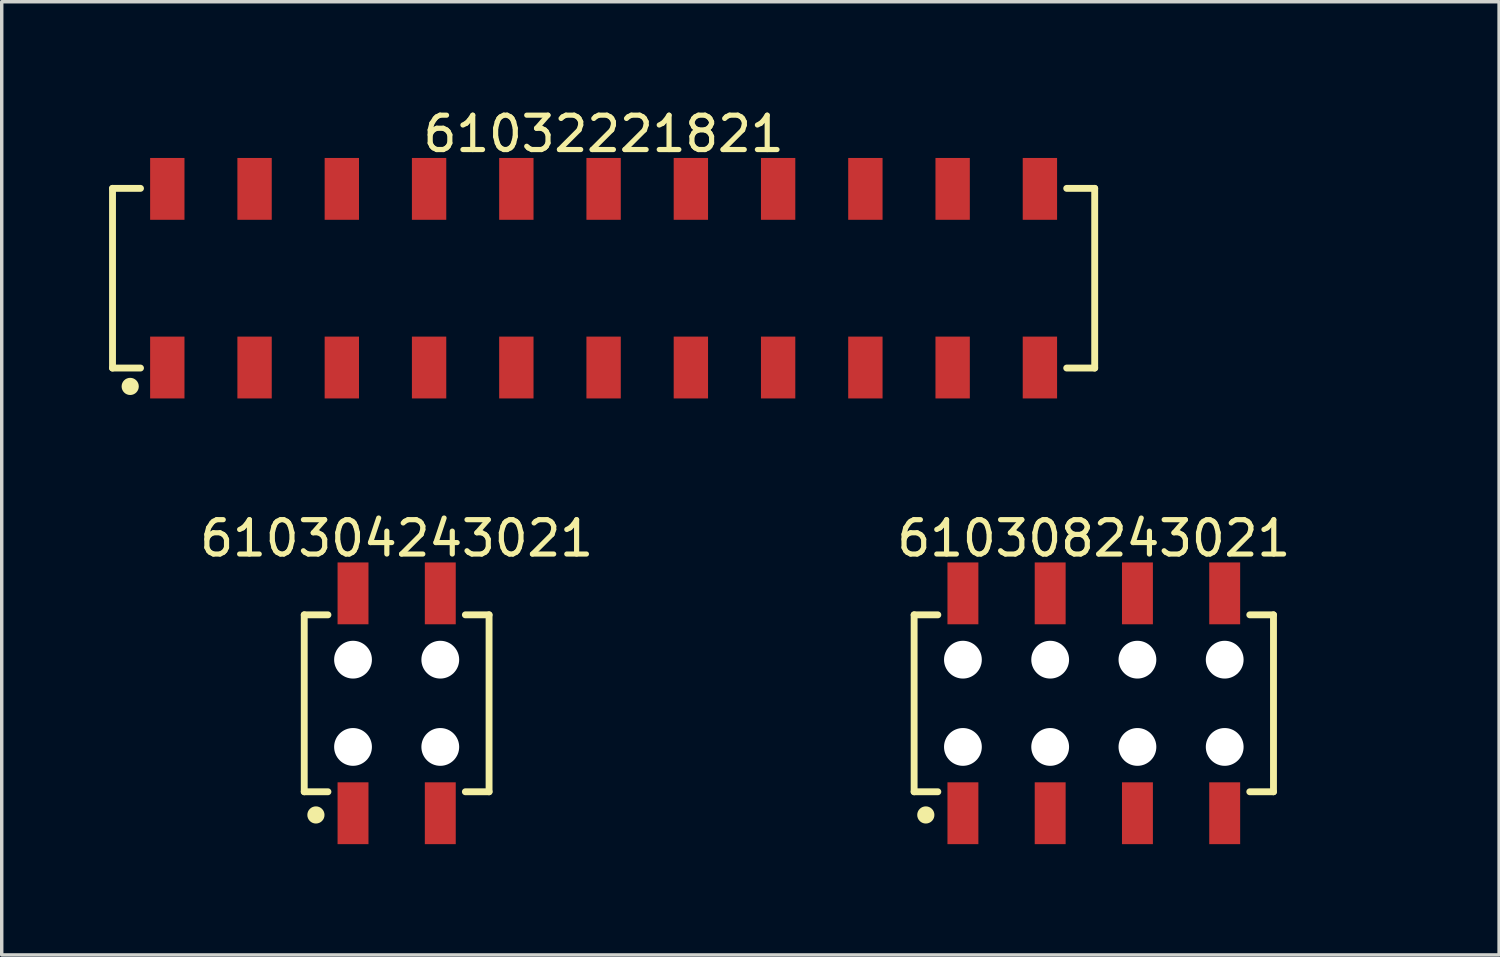
<source format=kicad_pcb>
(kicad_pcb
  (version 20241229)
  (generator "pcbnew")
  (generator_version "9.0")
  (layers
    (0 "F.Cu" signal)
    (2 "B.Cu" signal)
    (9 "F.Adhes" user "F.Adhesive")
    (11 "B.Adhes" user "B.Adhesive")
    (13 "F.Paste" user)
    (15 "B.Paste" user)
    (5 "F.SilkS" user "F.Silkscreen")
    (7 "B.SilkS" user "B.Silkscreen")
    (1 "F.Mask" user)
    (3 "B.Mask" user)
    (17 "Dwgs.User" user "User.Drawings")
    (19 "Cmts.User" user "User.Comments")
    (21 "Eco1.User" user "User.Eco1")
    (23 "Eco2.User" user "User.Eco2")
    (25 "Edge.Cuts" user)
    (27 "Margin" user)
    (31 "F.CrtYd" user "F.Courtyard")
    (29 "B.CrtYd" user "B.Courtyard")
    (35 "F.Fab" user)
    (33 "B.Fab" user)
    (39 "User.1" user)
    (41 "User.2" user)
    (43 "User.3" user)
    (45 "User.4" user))
  (footprint "610308243021"
    (layer "F.Cu")
    (at 28.789 17.422)
    (property "Reference" "610308243021" (at 0 -4.8 0) (layer "F.SilkS") (effects (font (size 1 1) (thickness 0.15))))
    (fp_line (start -5.23 -2.575) (end -4.54 -2.575) (stroke (width 0.2) (type solid)) (layer "F.SilkS"))
    (fp_line (start -5.23 2.575) (end -5.23 -2.575) (stroke (width 0.2) (type solid)) (layer "F.SilkS"))
    (fp_line (start -5.23 2.575) (end -4.54 2.575) (stroke (width 0.2) (type solid)) (layer "F.SilkS"))
    (fp_line (start 4.54 -2.575) (end 5.23 -2.575) (stroke (width 0.2) (type solid)) (layer "F.SilkS"))
    (fp_line (start 4.54 2.575) (end 5.23 2.575) (stroke (width 0.2) (type solid)) (layer "F.SilkS"))
    (fp_line (start 5.23 2.575) (end 5.23 -2.575) (stroke (width 0.2) (type solid)) (layer "F.SilkS"))
    (fp_circle (center -4.89 3.25) (end -4.89 3.125) (stroke (width 0.25) (type solid)) (fill no) (layer "F.SilkS"))
    (fp_line (start -5.43 -4.3) (end 5.43 -4.3) (stroke (width 0.05) (type solid)) (layer "Eco2.User"))
    (fp_line (start -5.43 4.3) (end -5.43 -4.3) (stroke (width 0.05) (type solid)) (layer "Eco2.User"))
    (fp_line (start -5.43 4.3) (end 5.43 4.3) (stroke (width 0.05) (type solid)) (layer "Eco2.User"))
    (fp_line (start -5.08 -2.5) (end 5.08 -2.5) (stroke (width 0.1) (type solid)) (layer "Eco2.User"))
    (fp_line (start -5.08 2.5) (end -5.08 -2.5) (stroke (width 0.1) (type solid)) (layer "Eco2.User"))
    (fp_line (start -5.08 2.5) (end 5.08 2.5) (stroke (width 0.1) (type solid)) (layer "Eco2.User"))
    (fp_line (start -4.06 -3.6) (end -3.56 -3.6) (stroke (width 0.1) (type solid)) (layer "Eco2.User"))
    (fp_line (start -4.06 -2.5) (end -4.06 -3.6) (stroke (width 0.1) (type solid)) (layer "Eco2.User"))
    (fp_line (start -4.06 3.6) (end -4.06 2.5) (stroke (width 0.1) (type solid)) (layer "Eco2.User"))
    (fp_line (start -4.06 3.6) (end -3.56 3.6) (stroke (width 0.1) (type solid)) (layer "Eco2.User"))
    (fp_line (start -3.56 -2.5) (end -3.56 -3.6) (stroke (width 0.1) (type solid)) (layer "Eco2.User"))
    (fp_line (start -3.56 3.6) (end -3.56 2.5) (stroke (width 0.1) (type solid)) (layer "Eco2.User"))
    (fp_line (start -1.52 -3.6) (end -1.02 -3.6) (stroke (width 0.1) (type solid)) (layer "Eco2.User"))
    (fp_line (start -1.52 -2.5) (end -1.52 -3.6) (stroke (width 0.1) (type solid)) (layer "Eco2.User"))
    (fp_line (start -1.52 3.6) (end -1.52 2.5) (stroke (width 0.1) (type solid)) (layer "Eco2.User"))
    (fp_line (start -1.52 3.6) (end -1.02 3.6) (stroke (width 0.1) (type solid)) (layer "Eco2.User"))
    (fp_line (start -1.02 -2.5) (end -1.02 -3.6) (stroke (width 0.1) (type solid)) (layer "Eco2.User"))
    (fp_line (start -1.02 3.6) (end -1.02 2.5) (stroke (width 0.1) (type solid)) (layer "Eco2.User"))
    (fp_line (start -0.5 0) (end 0.5 0) (stroke (width 0.05) (type solid)) (layer "Eco2.User"))
    (fp_line (start 0 0.5) (end 0 -0.5) (stroke (width 0.05) (type solid)) (layer "Eco2.User"))
    (fp_line (start 1.02 -3.6) (end 1.52 -3.6) (stroke (width 0.1) (type solid)) (layer "Eco2.User"))
    (fp_line (start 1.02 -2.5) (end 1.02 -3.6) (stroke (width 0.1) (type solid)) (layer "Eco2.User"))
    (fp_line (start 1.02 3.6) (end 1.02 2.5) (stroke (width 0.1) (type solid)) (layer "Eco2.User"))
    (fp_line (start 1.02 3.6) (end 1.52 3.6) (stroke (width 0.1) (type solid)) (layer "Eco2.User"))
    (fp_line (start 1.52 -2.5) (end 1.52 -3.6) (stroke (width 0.1) (type solid)) (layer "Eco2.User"))
    (fp_line (start 1.52 3.6) (end 1.52 2.5) (stroke (width 0.1) (type solid)) (layer "Eco2.User"))
    (fp_line (start 3.56 -3.6) (end 4.06 -3.6) (stroke (width 0.1) (type solid)) (layer "Eco2.User"))
    (fp_line (start 3.56 -2.5) (end 3.56 -3.6) (stroke (width 0.1) (type solid)) (layer "Eco2.User"))
    (fp_line (start 3.56 3.6) (end 3.56 2.5) (stroke (width 0.1) (type solid)) (layer "Eco2.User"))
    (fp_line (start 3.56 3.6) (end 4.06 3.6) (stroke (width 0.1) (type solid)) (layer "Eco2.User"))
    (fp_line (start 4.06 -2.5) (end 4.06 -3.6) (stroke (width 0.1) (type solid)) (layer "Eco2.User"))
    (fp_line (start 4.06 3.6) (end 4.06 2.5) (stroke (width 0.1) (type solid)) (layer "Eco2.User"))
    (fp_line (start 5.08 2.5) (end 5.08 -2.5) (stroke (width 0.1) (type solid)) (layer "Eco2.User"))
    (fp_line (start 5.43 4.3) (end 5.43 -4.3) (stroke (width 0.05) (type solid)) (layer "Eco2.User"))
    (fp_text user "${REFERENCE}" (at 0.15 -0.197 0) (unlocked yes) (layer "User.3") (effects (font (size 1.5 1.5) (thickness 0.15))))
    (pad "" np_thru_hole circle (at -3.81 -1.27) (size 1.1 1.1) (drill 1.1) (layers "*.Cu" "*.Mask"))
    (pad "" np_thru_hole circle (at -3.81 1.27) (size 1.1 1.1) (drill 1.1) (layers "*.Cu" "*.Mask"))
    (pad "" np_thru_hole circle (at -1.27 -1.27) (size 1.1 1.1) (drill 1.1) (layers "*.Cu" "*.Mask"))
    (pad "" np_thru_hole circle (at -1.27 1.27) (size 1.1 1.1) (drill 1.1) (layers "*.Cu" "*.Mask"))
    (pad "" np_thru_hole circle (at 1.27 -1.27) (size 1.1 1.1) (drill 1.1) (layers "*.Cu" "*.Mask"))
    (pad "" np_thru_hole circle (at 1.27 1.27) (size 1.1 1.1) (drill 1.1) (layers "*.Cu" "*.Mask"))
    (pad "" np_thru_hole circle (at 3.81 -1.27) (size 1.1 1.1) (drill 1.1) (layers "*.Cu" "*.Mask"))
    (pad "" np_thru_hole circle (at 3.81 1.27) (size 1.1 1.1) (drill 1.1) (layers "*.Cu" "*.Mask"))
    (pad "1" smd rect (at -3.81 3.2) (size 0.9 1.8) (layers "F.Cu" "F.Mask" "F.Paste"))
    (pad "2" smd rect (at -3.81 -3.2) (size 0.9 1.8) (layers "F.Cu" "F.Mask" "F.Paste"))
    (pad "3" smd rect (at -1.27 3.2) (size 0.9 1.8) (layers "F.Cu" "F.Mask" "F.Paste"))
    (pad "4" smd rect (at -1.27 -3.2) (size 0.9 1.8) (layers "F.Cu" "F.Mask" "F.Paste"))
    (pad "5" smd rect (at 1.27 3.2) (size 0.9 1.8) (layers "F.Cu" "F.Mask" "F.Paste"))
    (pad "6" smd rect (at 1.27 -3.2) (size 0.9 1.8) (layers "F.Cu" "F.Mask" "F.Paste"))
    (pad "7" smd rect (at 3.81 3.2) (size 0.9 1.8) (layers "F.Cu" "F.Mask" "F.Paste"))
    (pad "8" smd rect (at 3.81 -3.2) (size 0.9 1.8) (layers "F.Cu" "F.Mask" "F.Paste")))
  (footprint "610304243021"
    (layer "F.Cu")
    (at 8.496 17.422)
    (property "Reference" "610304243021" (at 0 -4.8 0) (layer "F.SilkS") (effects (font (size 1 1) (thickness 0.15))))
    (fp_line (start -2.69 -2.575) (end -2 -2.575) (stroke (width 0.2) (type solid)) (layer "F.SilkS"))
    (fp_line (start -2.69 2.575) (end -2.69 -2.575) (stroke (width 0.2) (type solid)) (layer "F.SilkS"))
    (fp_line (start -2.69 2.575) (end -2 2.575) (stroke (width 0.2) (type solid)) (layer "F.SilkS"))
    (fp_line (start 2 -2.575) (end 2.69 -2.575) (stroke (width 0.2) (type solid)) (layer "F.SilkS"))
    (fp_line (start 2 2.575) (end 2.69 2.575) (stroke (width 0.2) (type solid)) (layer "F.SilkS"))
    (fp_line (start 2.69 2.575) (end 2.69 -2.575) (stroke (width 0.2) (type solid)) (layer "F.SilkS"))
    (fp_circle (center -2.35 3.25) (end -2.35 3.125) (stroke (width 0.25) (type solid)) (fill no) (layer "F.SilkS"))
    (fp_line (start -2.89 -4.3) (end 2.89 -4.3) (stroke (width 0.05) (type solid)) (layer "Eco2.User"))
    (fp_line (start -2.89 4.3) (end -2.89 -4.3) (stroke (width 0.05) (type solid)) (layer "Eco2.User"))
    (fp_line (start -2.89 4.3) (end 2.89 4.3) (stroke (width 0.05) (type solid)) (layer "Eco2.User"))
    (fp_line (start -2.54 -2.5) (end 2.54 -2.5) (stroke (width 0.1) (type solid)) (layer "Eco2.User"))
    (fp_line (start -2.54 2.5) (end -2.54 -2.5) (stroke (width 0.1) (type solid)) (layer "Eco2.User"))
    (fp_line (start -2.54 2.5) (end 2.54 2.5) (stroke (width 0.1) (type solid)) (layer "Eco2.User"))
    (fp_line (start -1.52 -3.6) (end -1.02 -3.6) (stroke (width 0.1) (type solid)) (layer "Eco2.User"))
    (fp_line (start -1.52 -2.5) (end -1.52 -3.6) (stroke (width 0.1) (type solid)) (layer "Eco2.User"))
    (fp_line (start -1.52 3.6) (end -1.52 2.5) (stroke (width 0.1) (type solid)) (layer "Eco2.User"))
    (fp_line (start -1.52 3.6) (end -1.02 3.6) (stroke (width 0.1) (type solid)) (layer "Eco2.User"))
    (fp_line (start -1.02 -2.5) (end -1.02 -3.6) (stroke (width 0.1) (type solid)) (layer "Eco2.User"))
    (fp_line (start -1.02 3.6) (end -1.02 2.5) (stroke (width 0.1) (type solid)) (layer "Eco2.User"))
    (fp_line (start -0.5 0) (end 0.5 0) (stroke (width 0.05) (type solid)) (layer "Eco2.User"))
    (fp_line (start 0 0.5) (end 0 -0.5) (stroke (width 0.05) (type solid)) (layer "Eco2.User"))
    (fp_line (start 1.02 -3.6) (end 1.52 -3.6) (stroke (width 0.1) (type solid)) (layer "Eco2.User"))
    (fp_line (start 1.02 -2.5) (end 1.02 -3.6) (stroke (width 0.1) (type solid)) (layer "Eco2.User"))
    (fp_line (start 1.02 3.6) (end 1.02 2.5) (stroke (width 0.1) (type solid)) (layer "Eco2.User"))
    (fp_line (start 1.02 3.6) (end 1.52 3.6) (stroke (width 0.1) (type solid)) (layer "Eco2.User"))
    (fp_line (start 1.52 -2.5) (end 1.52 -3.6) (stroke (width 0.1) (type solid)) (layer "Eco2.User"))
    (fp_line (start 1.52 3.6) (end 1.52 2.5) (stroke (width 0.1) (type solid)) (layer "Eco2.User"))
    (fp_line (start 2.54 2.5) (end 2.54 -2.5) (stroke (width 0.1) (type solid)) (layer "Eco2.User"))
    (fp_line (start 2.89 4.3) (end 2.89 -4.3) (stroke (width 0.05) (type solid)) (layer "Eco2.User"))
    (fp_text user "${REFERENCE}" (at 0.15 -0.197 0) (unlocked yes) (layer "User.3") (effects (font (size 1.5 1.5) (thickness 0.15))))
    (pad "" np_thru_hole circle (at -1.27 -1.27) (size 1.1 1.1) (drill 1.1) (layers "*.Cu" "*.Mask"))
    (pad "" np_thru_hole circle (at -1.27 1.27) (size 1.1 1.1) (drill 1.1) (layers "*.Cu" "*.Mask"))
    (pad "" np_thru_hole circle (at 1.27 -1.27) (size 1.1 1.1) (drill 1.1) (layers "*.Cu" "*.Mask"))
    (pad "" np_thru_hole circle (at 1.27 1.27) (size 1.1 1.1) (drill 1.1) (layers "*.Cu" "*.Mask"))
    (pad "1" smd rect (at -1.27 3.2) (size 0.9 1.8) (layers "F.Cu" "F.Mask" "F.Paste"))
    (pad "2" smd rect (at -1.27 -3.2) (size 0.9 1.8) (layers "F.Cu" "F.Mask" "F.Paste"))
    (pad "3" smd rect (at 1.27 3.2) (size 0.9 1.8) (layers "F.Cu" "F.Mask" "F.Paste"))
    (pad "4" smd rect (at 1.27 -3.2) (size 0.9 1.8) (layers "F.Cu" "F.Mask" "F.Paste")))
  (footprint "61032221821"
    (layer "F.Cu")
    (at 14.52 5.048)
    (property "Reference" "61032221821" (at 0 -4.2 0) (layer "F.SilkS") (effects (font (size 1 1) (thickness 0.15))))
    (fp_line (start -14.295 -2.615) (end -13.48 -2.615) (stroke (width 0.2) (type solid)) (layer "F.SilkS"))
    (fp_line (start -14.295 2.615) (end -14.295 -2.615) (stroke (width 0.2) (type solid)) (layer "F.SilkS"))
    (fp_line (start -14.295 2.615) (end -13.48 2.615) (stroke (width 0.2) (type solid)) (layer "F.SilkS"))
    (fp_line (start 13.48 -2.615) (end 14.295 -2.615) (stroke (width 0.2) (type solid)) (layer "F.SilkS"))
    (fp_line (start 13.48 2.615) (end 14.295 2.615) (stroke (width 0.2) (type solid)) (layer "F.SilkS"))
    (fp_line (start 14.295 2.615) (end 14.295 -2.615) (stroke (width 0.2) (type solid)) (layer "F.SilkS"))
    (fp_circle (center -13.78 3.15) (end -13.78 3.025) (stroke (width 0.25) (type solid)) (fill no) (layer "F.SilkS"))
    (fp_line (start -14.495 -3.7) (end 14.495 -3.7) (stroke (width 0.05) (type solid)) (layer "Eco2.User"))
    (fp_line (start -14.495 3.7) (end -14.495 -3.7) (stroke (width 0.05) (type solid)) (layer "Eco2.User"))
    (fp_line (start -14.495 3.7) (end 14.495 3.7) (stroke (width 0.05) (type solid)) (layer "Eco2.User"))
    (fp_line (start -14.22 -2.54) (end 14.22 -2.54) (stroke (width 0.1) (type solid)) (layer "Eco2.User"))
    (fp_line (start -14.22 2.54) (end -14.22 -2.54) (stroke (width 0.1) (type solid)) (layer "Eco2.User"))
    (fp_line (start -14.22 2.54) (end 14.22 2.54) (stroke (width 0.1) (type solid)) (layer "Eco2.User"))
    (fp_line (start -13.02 -3.35) (end -12.38 -3.35) (stroke (width 0.1) (type solid)) (layer "Eco2.User"))
    (fp_line (start -13.02 -2.54) (end -13.02 -3.35) (stroke (width 0.1) (type solid)) (layer "Eco2.User"))
    (fp_line (start -13.02 3.35) (end -13.02 2.54) (stroke (width 0.1) (type solid)) (layer "Eco2.User"))
    (fp_line (start -13.02 3.35) (end -12.38 3.35) (stroke (width 0.1) (type solid)) (layer "Eco2.User"))
    (fp_line (start -12.38 -2.54) (end -12.38 -3.35) (stroke (width 0.1) (type solid)) (layer "Eco2.User"))
    (fp_line (start -12.38 3.35) (end -12.38 2.54) (stroke (width 0.1) (type solid)) (layer "Eco2.User"))
    (fp_line (start -10.48 -3.35) (end -9.84 -3.35) (stroke (width 0.1) (type solid)) (layer "Eco2.User"))
    (fp_line (start -10.48 -2.54) (end -10.48 -3.35) (stroke (width 0.1) (type solid)) (layer "Eco2.User"))
    (fp_line (start -10.48 3.35) (end -10.48 2.54) (stroke (width 0.1) (type solid)) (layer "Eco2.User"))
    (fp_line (start -10.48 3.35) (end -9.84 3.35) (stroke (width 0.1) (type solid)) (layer "Eco2.User"))
    (fp_line (start -9.84 -2.54) (end -9.84 -3.35) (stroke (width 0.1) (type solid)) (layer "Eco2.User"))
    (fp_line (start -9.84 3.35) (end -9.84 2.54) (stroke (width 0.1) (type solid)) (layer "Eco2.User"))
    (fp_line (start -7.94 -3.35) (end -7.3 -3.35) (stroke (width 0.1) (type solid)) (layer "Eco2.User"))
    (fp_line (start -7.94 -2.54) (end -7.94 -3.35) (stroke (width 0.1) (type solid)) (layer "Eco2.User"))
    (fp_line (start -7.94 3.35) (end -7.94 2.54) (stroke (width 0.1) (type solid)) (layer "Eco2.User"))
    (fp_line (start -7.94 3.35) (end -7.3 3.35) (stroke (width 0.1) (type solid)) (layer "Eco2.User"))
    (fp_line (start -7.3 -2.54) (end -7.3 -3.35) (stroke (width 0.1) (type solid)) (layer "Eco2.User"))
    (fp_line (start -7.3 3.35) (end -7.3 2.54) (stroke (width 0.1) (type solid)) (layer "Eco2.User"))
    (fp_line (start -5.4 -3.35) (end -4.76 -3.35) (stroke (width 0.1) (type solid)) (layer "Eco2.User"))
    (fp_line (start -5.4 -2.54) (end -5.4 -3.35) (stroke (width 0.1) (type solid)) (layer "Eco2.User"))
    (fp_line (start -5.4 3.35) (end -5.4 2.54) (stroke (width 0.1) (type solid)) (layer "Eco2.User"))
    (fp_line (start -5.4 3.35) (end -4.76 3.35) (stroke (width 0.1) (type solid)) (layer "Eco2.User"))
    (fp_line (start -4.76 -2.54) (end -4.76 -3.35) (stroke (width 0.1) (type solid)) (layer "Eco2.User"))
    (fp_line (start -4.76 3.35) (end -4.76 2.54) (stroke (width 0.1) (type solid)) (layer "Eco2.User"))
    (fp_line (start -2.86 -3.35) (end -2.22 -3.35) (stroke (width 0.1) (type solid)) (layer "Eco2.User"))
    (fp_line (start -2.86 -2.54) (end -2.86 -3.35) (stroke (width 0.1) (type solid)) (layer "Eco2.User"))
    (fp_line (start -2.86 3.35) (end -2.86 2.54) (stroke (width 0.1) (type solid)) (layer "Eco2.User"))
    (fp_line (start -2.86 3.35) (end -2.22 3.35) (stroke (width 0.1) (type solid)) (layer "Eco2.User"))
    (fp_line (start -2.22 -2.54) (end -2.22 -3.35) (stroke (width 0.1) (type solid)) (layer "Eco2.User"))
    (fp_line (start -2.22 3.35) (end -2.22 2.54) (stroke (width 0.1) (type solid)) (layer "Eco2.User"))
    (fp_line (start -0.5 0) (end 0.5 0) (stroke (width 0.05) (type solid)) (layer "Eco2.User"))
    (fp_line (start -0.32 -3.35) (end 0.32 -3.35) (stroke (width 0.1) (type solid)) (layer "Eco2.User"))
    (fp_line (start -0.32 -2.54) (end -0.32 -3.35) (stroke (width 0.1) (type solid)) (layer "Eco2.User"))
    (fp_line (start -0.32 3.35) (end -0.32 2.54) (stroke (width 0.1) (type solid)) (layer "Eco2.User"))
    (fp_line (start -0.32 3.35) (end 0.32 3.35) (stroke (width 0.1) (type solid)) (layer "Eco2.User"))
    (fp_line (start 0 0.5) (end 0 -0.5) (stroke (width 0.05) (type solid)) (layer "Eco2.User"))
    (fp_line (start 0.32 -2.54) (end 0.32 -3.35) (stroke (width 0.1) (type solid)) (layer "Eco2.User"))
    (fp_line (start 0.32 3.35) (end 0.32 2.54) (stroke (width 0.1) (type solid)) (layer "Eco2.User"))
    (fp_line (start 2.22 -3.35) (end 2.86 -3.35) (stroke (width 0.1) (type solid)) (layer "Eco2.User"))
    (fp_line (start 2.22 -2.54) (end 2.22 -3.35) (stroke (width 0.1) (type solid)) (layer "Eco2.User"))
    (fp_line (start 2.22 3.35) (end 2.22 2.54) (stroke (width 0.1) (type solid)) (layer "Eco2.User"))
    (fp_line (start 2.22 3.35) (end 2.86 3.35) (stroke (width 0.1) (type solid)) (layer "Eco2.User"))
    (fp_line (start 2.86 -2.54) (end 2.86 -3.35) (stroke (width 0.1) (type solid)) (layer "Eco2.User"))
    (fp_line (start 2.86 3.35) (end 2.86 2.54) (stroke (width 0.1) (type solid)) (layer "Eco2.User"))
    (fp_line (start 4.76 -3.35) (end 5.4 -3.35) (stroke (width 0.1) (type solid)) (layer "Eco2.User"))
    (fp_line (start 4.76 -2.54) (end 4.76 -3.35) (stroke (width 0.1) (type solid)) (layer "Eco2.User"))
    (fp_line (start 4.76 3.35) (end 4.76 2.54) (stroke (width 0.1) (type solid)) (layer "Eco2.User"))
    (fp_line (start 4.76 3.35) (end 5.4 3.35) (stroke (width 0.1) (type solid)) (layer "Eco2.User"))
    (fp_line (start 5.4 -2.54) (end 5.4 -3.35) (stroke (width 0.1) (type solid)) (layer "Eco2.User"))
    (fp_line (start 5.4 3.35) (end 5.4 2.54) (stroke (width 0.1) (type solid)) (layer "Eco2.User"))
    (fp_line (start 7.3 -3.35) (end 7.94 -3.35) (stroke (width 0.1) (type solid)) (layer "Eco2.User"))
    (fp_line (start 7.3 -2.54) (end 7.3 -3.35) (stroke (width 0.1) (type solid)) (layer "Eco2.User"))
    (fp_line (start 7.3 3.35) (end 7.3 2.54) (stroke (width 0.1) (type solid)) (layer "Eco2.User"))
    (fp_line (start 7.3 3.35) (end 7.94 3.35) (stroke (width 0.1) (type solid)) (layer "Eco2.User"))
    (fp_line (start 7.94 -2.54) (end 7.94 -3.35) (stroke (width 0.1) (type solid)) (layer "Eco2.User"))
    (fp_line (start 7.94 3.35) (end 7.94 2.54) (stroke (width 0.1) (type solid)) (layer "Eco2.User"))
    (fp_line (start 9.84 -3.35) (end 10.48 -3.35) (stroke (width 0.1) (type solid)) (layer "Eco2.User"))
    (fp_line (start 9.84 -2.54) (end 9.84 -3.35) (stroke (width 0.1) (type solid)) (layer "Eco2.User"))
    (fp_line (start 9.84 3.35) (end 9.84 2.54) (stroke (width 0.1) (type solid)) (layer "Eco2.User"))
    (fp_line (start 9.84 3.35) (end 10.48 3.35) (stroke (width 0.1) (type solid)) (layer "Eco2.User"))
    (fp_line (start 10.48 -2.54) (end 10.48 -3.35) (stroke (width 0.1) (type solid)) (layer "Eco2.User"))
    (fp_line (start 10.48 3.35) (end 10.48 2.54) (stroke (width 0.1) (type solid)) (layer "Eco2.User"))
    (fp_line (start 12.38 -3.35) (end 13.02 -3.35) (stroke (width 0.1) (type solid)) (layer "Eco2.User"))
    (fp_line (start 12.38 -2.54) (end 12.38 -3.35) (stroke (width 0.1) (type solid)) (layer "Eco2.User"))
    (fp_line (start 12.38 3.35) (end 12.38 2.54) (stroke (width 0.1) (type solid)) (layer "Eco2.User"))
    (fp_line (start 12.38 3.35) (end 13.02 3.35) (stroke (width 0.1) (type solid)) (layer "Eco2.User"))
    (fp_line (start 13.02 -2.54) (end 13.02 -3.35) (stroke (width 0.1) (type solid)) (layer "Eco2.User"))
    (fp_line (start 13.02 3.35) (end 13.02 2.54) (stroke (width 0.1) (type solid)) (layer "Eco2.User"))
    (fp_line (start 14.22 2.54) (end 14.22 -2.54) (stroke (width 0.1) (type solid)) (layer "Eco2.User"))
    (fp_line (start 14.495 3.7) (end 14.495 -3.7) (stroke (width 0.05) (type solid)) (layer "Eco2.User"))
    (fp_text user "${REFERENCE}" (at 0.15 -0.197 0) (unlocked yes) (layer "User.3") (effects (font (size 1.5 1.5) (thickness 0.15))))
    (pad "1" smd rect (at -12.7 2.6) (size 1 1.8) (layers "F.Cu" "F.Mask" "F.Paste"))
    (pad "2" smd rect (at -12.7 -2.6) (size 1 1.8) (layers "F.Cu" "F.Mask" "F.Paste"))
    (pad "3" smd rect (at -10.16 2.6) (size 1 1.8) (layers "F.Cu" "F.Mask" "F.Paste"))
    (pad "4" smd rect (at -10.16 -2.6) (size 1 1.8) (layers "F.Cu" "F.Mask" "F.Paste"))
    (pad "5" smd rect (at -7.62 2.6) (size 1 1.8) (layers "F.Cu" "F.Mask" "F.Paste"))
    (pad "6" smd rect (at -7.62 -2.6) (size 1 1.8) (layers "F.Cu" "F.Mask" "F.Paste"))
    (pad "7" smd rect (at -5.08 2.6) (size 1 1.8) (layers "F.Cu" "F.Mask" "F.Paste"))
    (pad "8" smd rect (at -5.08 -2.6) (size 1 1.8) (layers "F.Cu" "F.Mask" "F.Paste"))
    (pad "9" smd rect (at -2.54 2.6) (size 1 1.8) (layers "F.Cu" "F.Mask" "F.Paste"))
    (pad "10" smd rect (at -2.54 -2.6) (size 1 1.8) (layers "F.Cu" "F.Mask" "F.Paste"))
    (pad "11" smd rect (at 0 2.6) (size 1 1.8) (layers "F.Cu" "F.Mask" "F.Paste"))
    (pad "12" smd rect (at 0 -2.6) (size 1 1.8) (layers "F.Cu" "F.Mask" "F.Paste"))
    (pad "13" smd rect (at 2.54 2.6) (size 1 1.8) (layers "F.Cu" "F.Mask" "F.Paste"))
    (pad "14" smd rect (at 2.54 -2.6) (size 1 1.8) (layers "F.Cu" "F.Mask" "F.Paste"))
    (pad "15" smd rect (at 5.08 2.6) (size 1 1.8) (layers "F.Cu" "F.Mask" "F.Paste"))
    (pad "16" smd rect (at 5.08 -2.6) (size 1 1.8) (layers "F.Cu" "F.Mask" "F.Paste"))
    (pad "17" smd rect (at 7.62 2.6) (size 1 1.8) (layers "F.Cu" "F.Mask" "F.Paste"))
    (pad "18" smd rect (at 7.62 -2.6) (size 1 1.8) (layers "F.Cu" "F.Mask" "F.Paste"))
    (pad "19" smd rect (at 10.16 2.6) (size 1 1.8) (layers "F.Cu" "F.Mask" "F.Paste"))
    (pad "20" smd rect (at 10.16 -2.6) (size 1 1.8) (layers "F.Cu" "F.Mask" "F.Paste"))
    (pad "21" smd rect (at 12.7 2.6) (size 1 1.8) (layers "F.Cu" "F.Mask" "F.Paste"))
    (pad "22" smd rect (at 12.7 -2.6) (size 1 1.8) (layers "F.Cu" "F.Mask" "F.Paste")))
  (gr_rect
    (start -3 -3)
    (end 40.586 24.747)
    (stroke (width 0.1) (type default))
    (fill no)
    (layer "Edge.Cuts")))
</source>
